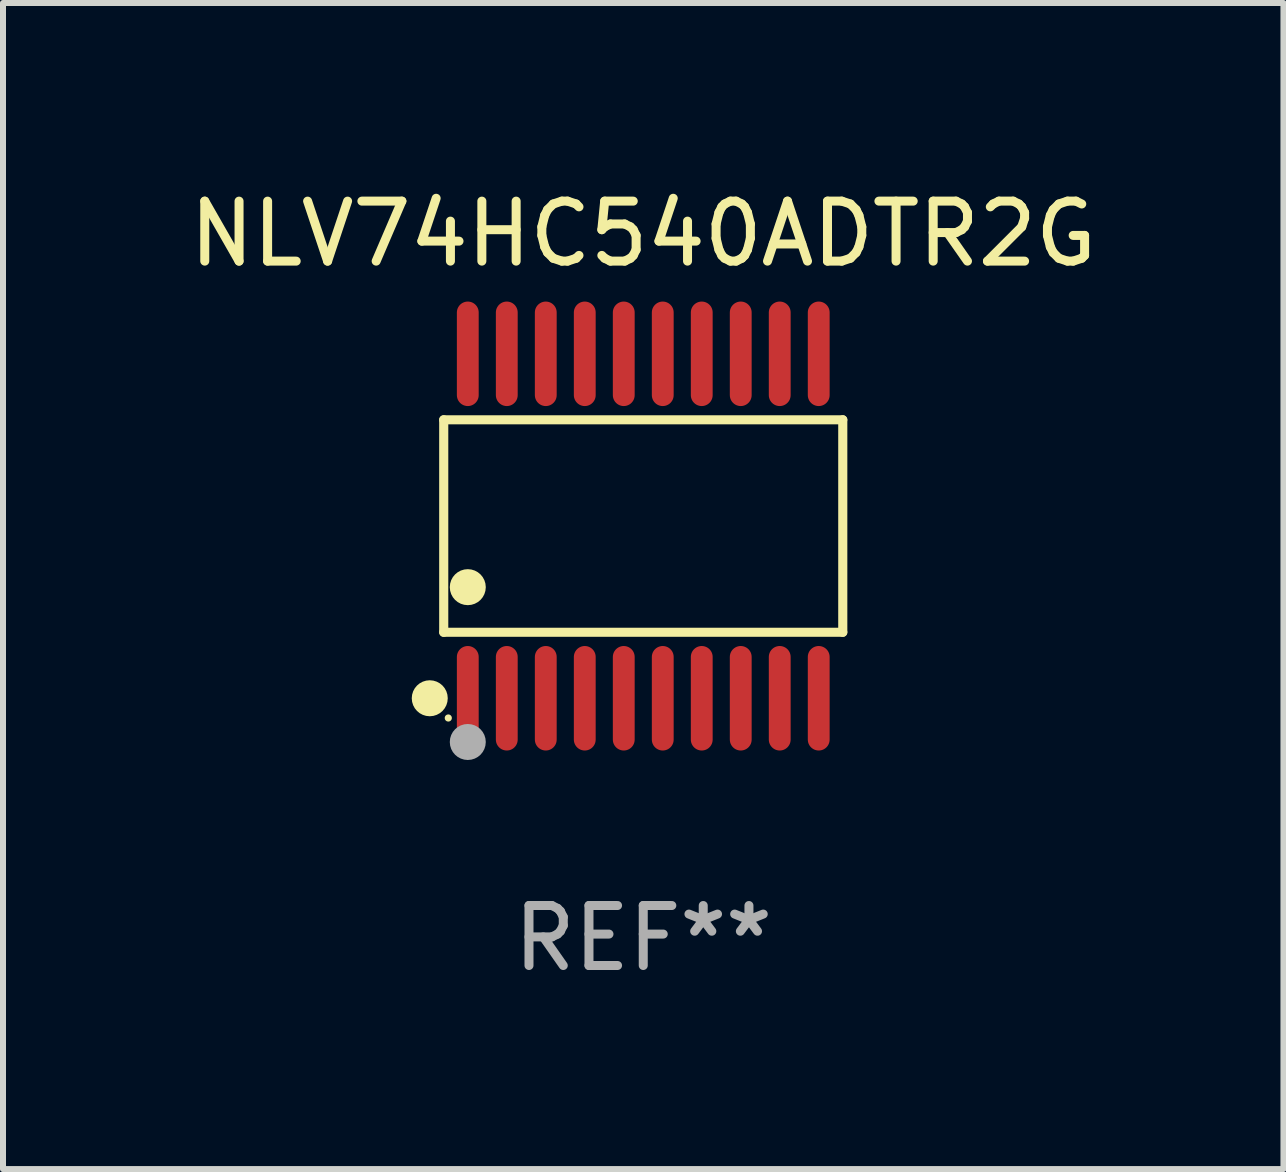
<source format=kicad_pcb>
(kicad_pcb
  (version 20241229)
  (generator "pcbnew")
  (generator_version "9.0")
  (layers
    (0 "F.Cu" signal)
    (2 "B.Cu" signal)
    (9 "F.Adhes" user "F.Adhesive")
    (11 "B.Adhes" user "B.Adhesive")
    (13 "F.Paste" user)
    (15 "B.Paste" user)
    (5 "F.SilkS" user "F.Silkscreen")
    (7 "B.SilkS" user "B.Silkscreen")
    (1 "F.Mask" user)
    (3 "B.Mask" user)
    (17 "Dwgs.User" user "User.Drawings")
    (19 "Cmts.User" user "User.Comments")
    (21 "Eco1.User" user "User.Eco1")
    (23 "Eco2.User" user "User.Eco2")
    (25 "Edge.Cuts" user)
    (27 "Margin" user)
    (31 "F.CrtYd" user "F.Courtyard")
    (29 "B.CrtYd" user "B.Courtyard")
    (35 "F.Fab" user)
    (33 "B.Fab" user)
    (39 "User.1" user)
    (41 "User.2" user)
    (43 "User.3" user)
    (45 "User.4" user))
  (footprint "NLV74HC540ADTR2G"
    (layer "F.Cu")
    (at 7.673 5.719)
    (property "Reference" "NLV74HC540ADTR2G" (at 0 -4.871 0) (layer "F.SilkS") (effects (font (size 1 1) (thickness 0.15))))
    (attr through_hole)
    (fp_line (start -3.326 -1.771) (end 3.326 -1.771) (stroke (width 0.152) (type solid)) (layer "F.SilkS"))
    (fp_line (start -3.326 1.771) (end -3.326 -1.771) (stroke (width 0.152) (type solid)) (layer "F.SilkS"))
    (fp_line (start 3.326 -1.771) (end 3.326 1.771) (stroke (width 0.152) (type solid)) (layer "F.SilkS"))
    (fp_line (start 3.326 1.771) (end -3.326 1.771) (stroke (width 0.152) (type solid)) (layer "F.SilkS"))
    (fp_circle (center -3.559 2.871) (end -3.409 2.871) (stroke (width 0.3) (type solid)) (fill no) (layer "F.SilkS"))
    (fp_circle (center -3.25 3.2) (end -3.22 3.2) (stroke (width 0.06) (type solid)) (fill no) (layer "F.SilkS"))
    (fp_circle (center -2.925 1.019) (end -2.775 1.019) (stroke (width 0.3) (type solid)) (fill no) (layer "F.SilkS"))
    (fp_circle (center -2.925 3.6) (end -2.775 3.6) (stroke (width 0.3) (type solid)) (fill no) (layer "F.Fab"))
    (fp_text user "REF**" (at 0 6.871 0) (layer "F.Fab") (effects (font (size 1 1) (thickness 0.15))))
    (pad "1" smd oval (at -2.925 2.871) (size 0.364 1.742) (layers "F.Cu" "F.Mask" "F.Paste"))
    (pad "2" smd oval (at -2.275 2.871) (size 0.364 1.742) (layers "F.Cu" "F.Mask" "F.Paste"))
    (pad "3" smd oval (at -1.625 2.871) (size 0.364 1.742) (layers "F.Cu" "F.Mask" "F.Paste"))
    (pad "4" smd oval (at -0.975 2.871) (size 0.364 1.742) (layers "F.Cu" "F.Mask" "F.Paste"))
    (pad "5" smd oval (at -0.325 2.871) (size 0.364 1.742) (layers "F.Cu" "F.Mask" "F.Paste"))
    (pad "6" smd oval (at 0.325 2.871) (size 0.364 1.742) (layers "F.Cu" "F.Mask" "F.Paste"))
    (pad "7" smd oval (at 0.975 2.871) (size 0.364 1.742) (layers "F.Cu" "F.Mask" "F.Paste"))
    (pad "8" smd oval (at 1.625 2.871) (size 0.364 1.742) (layers "F.Cu" "F.Mask" "F.Paste"))
    (pad "9" smd oval (at 2.275 2.871) (size 0.364 1.742) (layers "F.Cu" "F.Mask" "F.Paste"))
    (pad "10" smd oval (at 2.925 2.871) (size 0.364 1.742) (layers "F.Cu" "F.Mask" "F.Paste"))
    (pad "11" smd oval (at 2.925 -2.871) (size 0.364 1.742) (layers "F.Cu" "F.Mask" "F.Paste"))
    (pad "12" smd oval (at 2.275 -2.871) (size 0.364 1.742) (layers "F.Cu" "F.Mask" "F.Paste"))
    (pad "13" smd oval (at 1.625 -2.871) (size 0.364 1.742) (layers "F.Cu" "F.Mask" "F.Paste"))
    (pad "14" smd oval (at 0.975 -2.871) (size 0.364 1.742) (layers "F.Cu" "F.Mask" "F.Paste"))
    (pad "15" smd oval (at 0.325 -2.871) (size 0.364 1.742) (layers "F.Cu" "F.Mask" "F.Paste"))
    (pad "16" smd oval (at -0.325 -2.871) (size 0.364 1.742) (layers "F.Cu" "F.Mask" "F.Paste"))
    (pad "17" smd oval (at -0.975 -2.871) (size 0.364 1.742) (layers "F.Cu" "F.Mask" "F.Paste"))
    (pad "18" smd oval (at -1.625 -2.871) (size 0.364 1.742) (layers "F.Cu" "F.Mask" "F.Paste"))
    (pad "19" smd oval (at -2.275 -2.871) (size 0.364 1.742) (layers "F.Cu" "F.Mask" "F.Paste"))
    (pad "20" smd oval (at -2.925 -2.871) (size 0.364 1.742) (layers "F.Cu" "F.Mask" "F.Paste")))
  (gr_rect
    (start -3 -3)
    (end 18.345 16.438)
    (stroke (width 0.1) (type default))
    (fill no)
    (layer "Edge.Cuts")))
</source>
